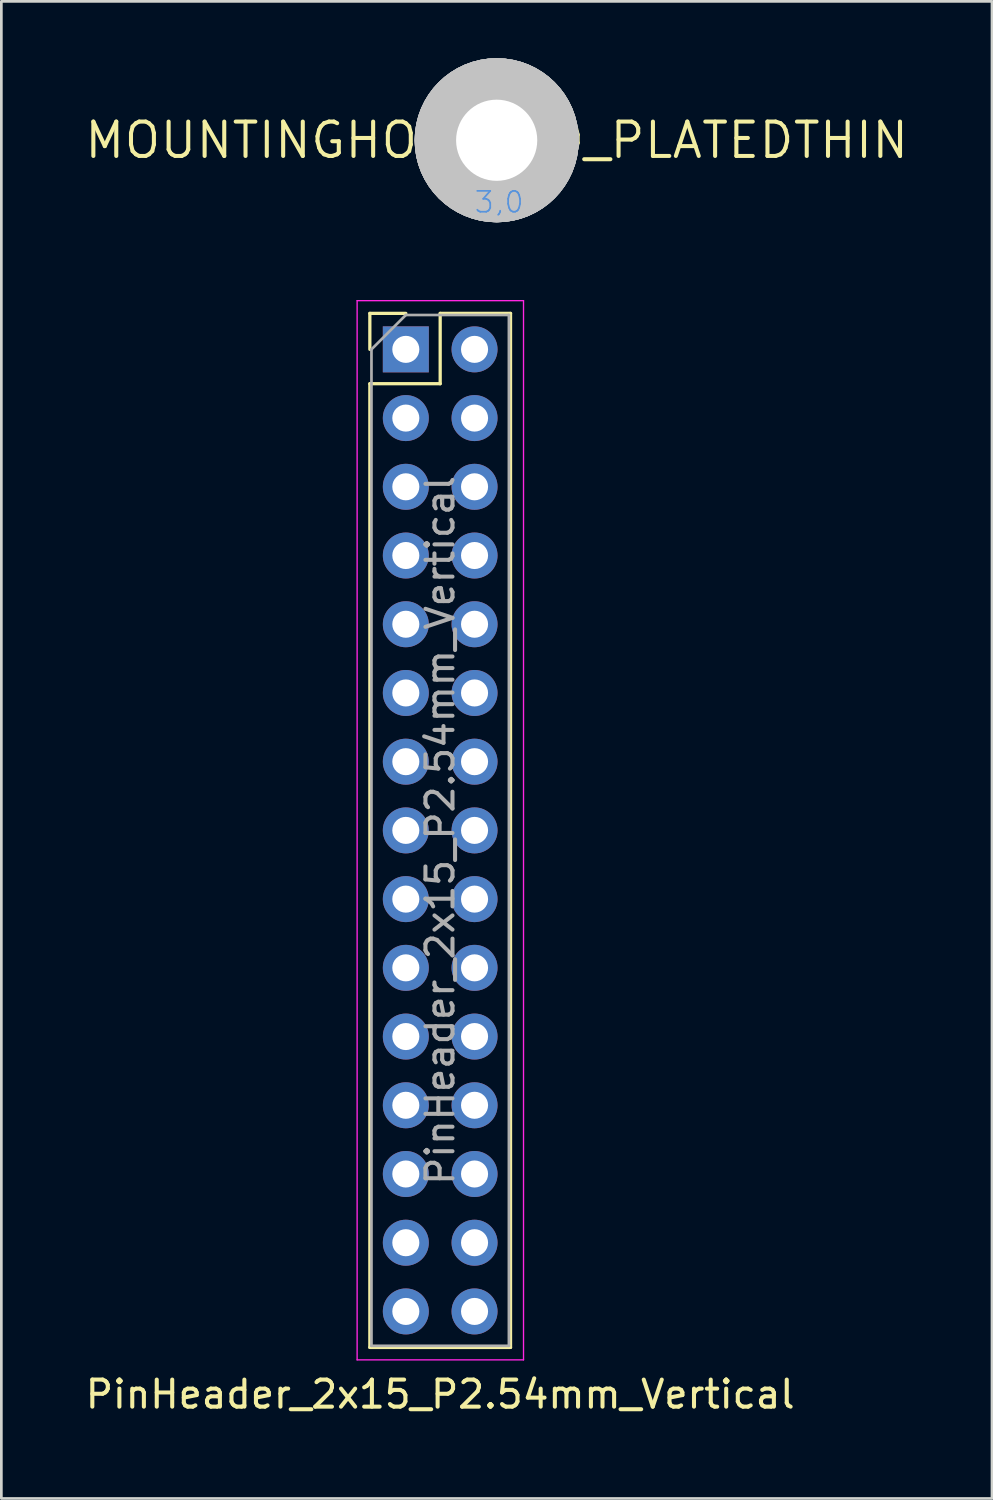
<source format=kicad_pcb>
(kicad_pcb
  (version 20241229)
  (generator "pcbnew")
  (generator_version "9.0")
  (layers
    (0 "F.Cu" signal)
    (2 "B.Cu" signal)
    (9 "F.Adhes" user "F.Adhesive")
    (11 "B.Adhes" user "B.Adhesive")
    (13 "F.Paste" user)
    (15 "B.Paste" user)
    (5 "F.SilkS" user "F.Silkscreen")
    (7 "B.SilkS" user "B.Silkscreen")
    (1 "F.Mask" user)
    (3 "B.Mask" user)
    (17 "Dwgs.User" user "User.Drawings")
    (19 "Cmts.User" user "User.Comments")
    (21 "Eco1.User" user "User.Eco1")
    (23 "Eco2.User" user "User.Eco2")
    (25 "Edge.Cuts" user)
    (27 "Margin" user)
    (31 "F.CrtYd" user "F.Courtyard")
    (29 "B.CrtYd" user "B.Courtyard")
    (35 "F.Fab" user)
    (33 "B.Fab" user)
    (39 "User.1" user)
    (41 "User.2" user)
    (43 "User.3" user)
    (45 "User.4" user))
  (footprint "PinHeader_2x15_P2.54mm_Vertical"
    (layer "F.Cu")
    (at 11.95 9.863)
    (property "Reference" "PinHeader_2x15_P2.54mm_Vertical" (at 1.27 38.624 0) (layer "F.SilkS") (effects (font (size 1 1) (thickness 0.15))))
    (attr through_hole)
    (fp_line (start -1.33 -1.33) (end 0 -1.33) (stroke (width 0.12) (type solid)) (layer "F.SilkS"))
    (fp_line (start -1.33 0) (end -1.33 -1.33) (stroke (width 0.12) (type solid)) (layer "F.SilkS"))
    (fp_line (start -1.33 1.27) (end -1.33 36.89) (stroke (width 0.12) (type solid)) (layer "F.SilkS"))
    (fp_line (start -1.33 1.27) (end 1.27 1.27) (stroke (width 0.12) (type solid)) (layer "F.SilkS"))
    (fp_line (start -1.33 36.89) (end 3.87 36.89) (stroke (width 0.12) (type solid)) (layer "F.SilkS"))
    (fp_line (start 1.27 -1.33) (end 3.87 -1.33) (stroke (width 0.12) (type solid)) (layer "F.SilkS"))
    (fp_line (start 1.27 1.27) (end 1.27 -1.33) (stroke (width 0.12) (type solid)) (layer "F.SilkS"))
    (fp_line (start 3.87 -1.33) (end 3.87 36.89) (stroke (width 0.12) (type solid)) (layer "F.SilkS"))
    (fp_line (start -1.8 -1.8) (end -1.8 37.35) (stroke (width 0.05) (type solid)) (layer "F.CrtYd"))
    (fp_line (start -1.8 37.35) (end 4.35 37.35) (stroke (width 0.05) (type solid)) (layer "F.CrtYd"))
    (fp_line (start 4.35 -1.8) (end -1.8 -1.8) (stroke (width 0.05) (type solid)) (layer "F.CrtYd"))
    (fp_line (start 4.35 37.35) (end 4.35 -1.8) (stroke (width 0.05) (type solid)) (layer "F.CrtYd"))
    (fp_line (start -1.27 0) (end 0 -1.27) (stroke (width 0.1) (type solid)) (layer "F.Fab"))
    (fp_line (start -1.27 36.83) (end -1.27 0) (stroke (width 0.1) (type solid)) (layer "F.Fab"))
    (fp_line (start 0 -1.27) (end 3.81 -1.27) (stroke (width 0.1) (type solid)) (layer "F.Fab"))
    (fp_line (start 3.81 -1.27) (end 3.81 36.83) (stroke (width 0.1) (type solid)) (layer "F.Fab"))
    (fp_line (start 3.81 36.83) (end -1.27 36.83) (stroke (width 0.1) (type solid)) (layer "F.Fab"))
    (fp_text user "${REFERENCE}" (at 1.27 17.78 90) (layer "F.Fab") (effects (font (size 1 1) (thickness 0.15))))
    (pad "1" thru_hole rect (at 0 0) (size 1.7 1.7) (drill 1) (layers "*.Cu" "*.Mask"))
    (pad "2" thru_hole oval (at 2.54 0) (size 1.7 1.7) (drill 1) (layers "*.Cu" "*.Mask"))
    (pad "3" thru_hole oval (at 0 2.54) (size 1.7 1.7) (drill 1) (layers "*.Cu" "*.Mask"))
    (pad "4" thru_hole oval (at 2.54 2.54) (size 1.7 1.7) (drill 1) (layers "*.Cu" "*.Mask"))
    (pad "5" thru_hole oval (at 0 5.08) (size 1.7 1.7) (drill 1) (layers "*.Cu" "*.Mask"))
    (pad "6" thru_hole oval (at 2.54 5.08) (size 1.7 1.7) (drill 1) (layers "*.Cu" "*.Mask"))
    (pad "7" thru_hole oval (at 0 7.62) (size 1.7 1.7) (drill 1) (layers "*.Cu" "*.Mask"))
    (pad "8" thru_hole oval (at 2.54 7.62) (size 1.7 1.7) (drill 1) (layers "*.Cu" "*.Mask"))
    (pad "9" thru_hole oval (at 0 10.16) (size 1.7 1.7) (drill 1) (layers "*.Cu" "*.Mask"))
    (pad "10" thru_hole oval (at 2.54 10.16) (size 1.7 1.7) (drill 1) (layers "*.Cu" "*.Mask"))
    (pad "11" thru_hole oval (at 0 12.7) (size 1.7 1.7) (drill 1) (layers "*.Cu" "*.Mask"))
    (pad "12" thru_hole oval (at 2.54 12.7) (size 1.7 1.7) (drill 1) (layers "*.Cu" "*.Mask"))
    (pad "13" thru_hole oval (at 0 15.24) (size 1.7 1.7) (drill 1) (layers "*.Cu" "*.Mask"))
    (pad "14" thru_hole oval (at 2.54 15.24) (size 1.7 1.7) (drill 1) (layers "*.Cu" "*.Mask"))
    (pad "15" thru_hole oval (at 0 17.78) (size 1.7 1.7) (drill 1) (layers "*.Cu" "*.Mask"))
    (pad "16" thru_hole oval (at 2.54 17.78) (size 1.7 1.7) (drill 1) (layers "*.Cu" "*.Mask"))
    (pad "17" thru_hole oval (at 0 20.32) (size 1.7 1.7) (drill 1) (layers "*.Cu" "*.Mask"))
    (pad "18" thru_hole oval (at 2.54 20.32) (size 1.7 1.7) (drill 1) (layers "*.Cu" "*.Mask"))
    (pad "19" thru_hole oval (at 0 22.86) (size 1.7 1.7) (drill 1) (layers "*.Cu" "*.Mask"))
    (pad "20" thru_hole oval (at 2.54 22.86) (size 1.7 1.7) (drill 1) (layers "*.Cu" "*.Mask"))
    (pad "21" thru_hole oval (at 0 25.4) (size 1.7 1.7) (drill 1) (layers "*.Cu" "*.Mask"))
    (pad "22" thru_hole oval (at 2.54 25.4) (size 1.7 1.7) (drill 1) (layers "*.Cu" "*.Mask"))
    (pad "23" thru_hole oval (at 0 27.94) (size 1.7 1.7) (drill 1) (layers "*.Cu" "*.Mask"))
    (pad "24" thru_hole oval (at 2.54 27.94) (size 1.7 1.7) (drill 1) (layers "*.Cu" "*.Mask"))
    (pad "25" thru_hole oval (at 0 30.48) (size 1.7 1.7) (drill 1) (layers "*.Cu" "*.Mask"))
    (pad "26" thru_hole oval (at 2.54 30.48) (size 1.7 1.7) (drill 1) (layers "*.Cu" "*.Mask"))
    (pad "27" thru_hole oval (at 0 33.02) (size 1.7 1.7) (drill 1) (layers "*.Cu" "*.Mask"))
    (pad "28" thru_hole oval (at 2.54 33.02) (size 1.7 1.7) (drill 1) (layers "*.Cu" "*.Mask"))
    (pad "29" thru_hole oval (at 0 35.56) (size 1.7 1.7) (drill 1) (layers "*.Cu" "*.Mask"))
    (pad "30" thru_hole oval (at 2.54 35.56) (size 1.7 1.7) (drill 1) (layers "*.Cu" "*.Mask")))
  (footprint "MOUNTINGHOLE_3.0_PLATEDTHIN"
    (layer "F.Cu")
    (at 15.308 2.134)
    (property "Reference" "MOUNTINGHOLE_3.0_PLATEDTHIN" (at 0 0 0) (layer "F.SilkS") (effects (font (size 1.27 1.27) (thickness 0.15))))
    (attr through_hole)
    (fp_circle (center 0 0) (end 2.032 0) (stroke (width 0.203) (type solid)) (fill no) (layer "F.SilkS"))
    (fp_circle (center 0 0) (end 1 0) (stroke (width 2.032) (type solid)) (fill no) (layer "Dwgs.User"))
    (fp_circle (center 0 0) (end 1 0) (stroke (width 2.032) (type solid)) (fill no) (layer "Dwgs.User"))
    (fp_circle (center 0 0) (end 1 0) (stroke (width 2.032) (type solid)) (fill no) (layer "Dwgs.User"))
    (fp_circle (center 0 0) (end 1 0) (stroke (width 2.032) (type solid)) (fill no) (layer "Dwgs.User"))
    (fp_circle (center 0 0) (end 1 0) (stroke (width 2.032) (type solid)) (fill no) (layer "Dwgs.User"))
    (fp_text user "3,0" (at -0.87 2.74 0) (layer "Cmts.User") (effects (font (size 0.772 0.772) (thickness 0.065)) (justify left bottom)))
    (pad "P$1" thru_hole circle (at 0 0) (size 3.6 3.6) (drill 3) (layers "*.Cu" "*.Mask")))
  (gr_rect
    (start -3 -3)
    (end 33.616 52.336)
    (stroke (width 0.1) (type default))
    (fill no)
    (layer "Edge.Cuts")))
</source>
